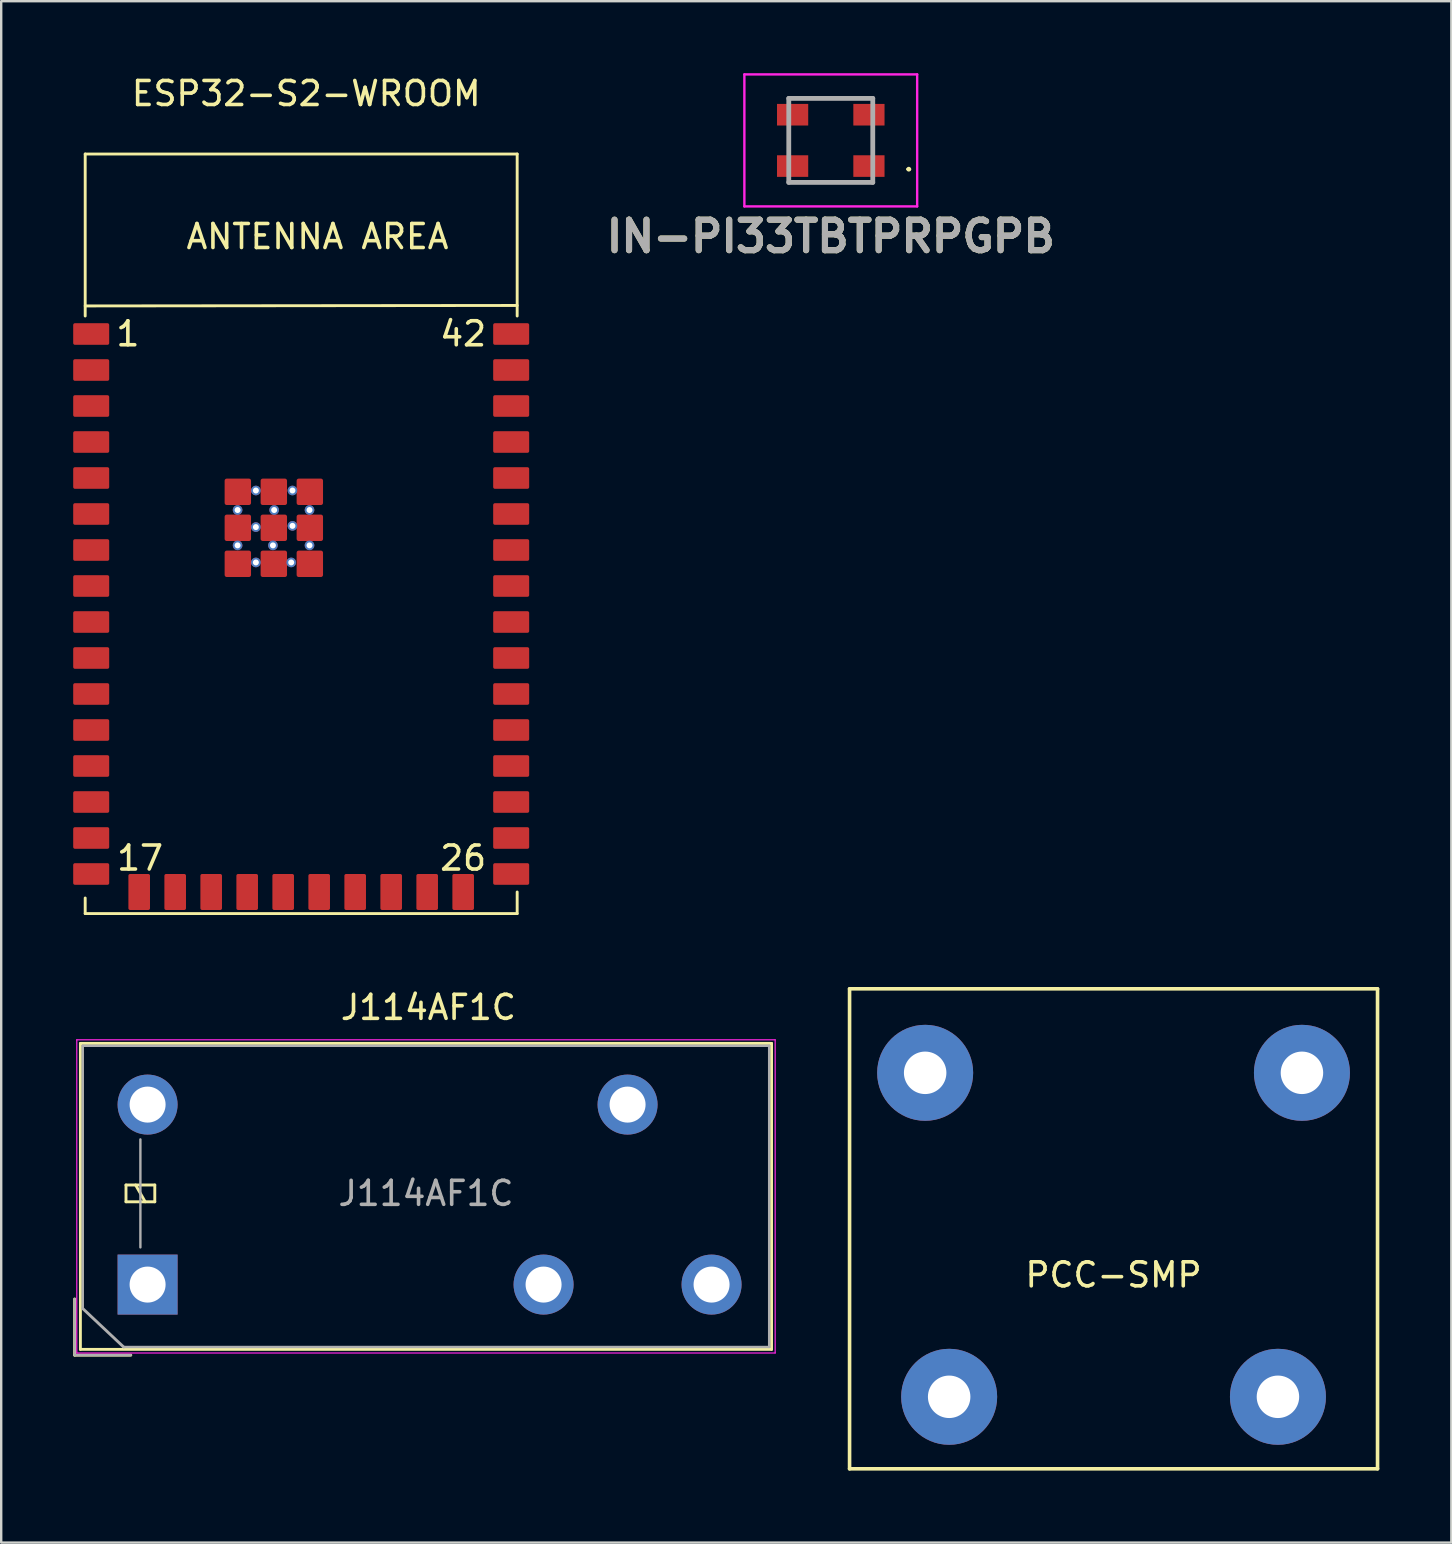
<source format=kicad_pcb>
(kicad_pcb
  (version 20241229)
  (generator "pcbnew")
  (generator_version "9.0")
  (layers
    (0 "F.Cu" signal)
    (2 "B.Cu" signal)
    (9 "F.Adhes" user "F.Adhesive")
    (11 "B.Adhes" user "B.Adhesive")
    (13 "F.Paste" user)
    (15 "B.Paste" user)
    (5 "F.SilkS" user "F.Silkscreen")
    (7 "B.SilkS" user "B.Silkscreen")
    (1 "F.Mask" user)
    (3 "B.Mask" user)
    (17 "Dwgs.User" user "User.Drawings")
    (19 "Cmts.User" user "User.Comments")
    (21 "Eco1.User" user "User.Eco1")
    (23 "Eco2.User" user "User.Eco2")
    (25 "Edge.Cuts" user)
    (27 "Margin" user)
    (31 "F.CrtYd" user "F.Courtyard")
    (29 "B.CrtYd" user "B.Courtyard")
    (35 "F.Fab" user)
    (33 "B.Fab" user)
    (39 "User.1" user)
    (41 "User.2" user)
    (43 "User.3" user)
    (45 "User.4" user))
  (footprint "PCC-SMP"
    (layer "F.Cu")
    (at 43.35 55.153)
    (property "Reference" "PCC-SMP" (at 0 -5.08 0) (layer "F.SilkS") (effects (font (size 1 1) (thickness 0.15))))
    (attr through_hole)
    (fp_line (start -11 -17) (end 11 -17) (stroke (width 0.15) (type solid)) (layer "F.SilkS"))
    (fp_line (start -11 3) (end -11 -17) (stroke (width 0.15) (type solid)) (layer "F.SilkS"))
    (fp_line (start 11 -17) (end 11 3) (stroke (width 0.15) (type solid)) (layer "F.SilkS"))
    (fp_line (start 11 3) (end -11 3) (stroke (width 0.15) (type solid)) (layer "F.SilkS"))
    (pad "1" thru_hole circle (at 6.85 0) (size 4 4) (drill 1.77) (layers "*.Cu" "*.Mask"))
    (pad "2" thru_hole circle (at -6.85 0) (size 4 4) (drill 1.77) (layers "*.Cu" "*.Mask"))
    (pad "3" thru_hole circle (at -7.85 -13.5) (size 4 4) (drill 1.77) (layers "*.Cu" "*.Mask"))
    (pad "3" thru_hole circle (at 7.85 -13.5) (size 4 4) (drill 1.77) (layers "*.Cu" "*.Mask")))
  (footprint "ESP32-S2-WROOM"
    (layer "F.Cu")
    (at 9.55 18.768)
    (property "Reference" "ESP32-S2-WROOM" (at 0.16 -17.92 0) (layer "F.SilkS") (effects (font (size 1 1) (thickness 0.15))))
    (attr through_hole)
    (fp_line (start -9.05 -15.4) (end -9.05 -8.65) (stroke (width 0.12) (type solid)) (layer "F.SilkS"))
    (fp_line (start -9.05 16.25) (end -9.05 15.6) (stroke (width 0.12) (type solid)) (layer "F.SilkS"))
    (fp_line (start -9.05 16.25) (end 8.95 16.25) (stroke (width 0.12) (type solid)) (layer "F.SilkS"))
    (fp_line (start 8.95 -15.4) (end -9.05 -15.4) (stroke (width 0.12) (type solid)) (layer "F.SilkS"))
    (fp_line (start 8.95 -9.09) (end -9.05 -9.07) (stroke (width 0.12) (type solid)) (layer "F.SilkS"))
    (fp_line (start 8.95 -8.65) (end 8.95 -15.4) (stroke (width 0.12) (type solid)) (layer "F.SilkS"))
    (fp_line (start 8.95 15.35) (end 8.95 16.25) (stroke (width 0.12) (type solid)) (layer "F.SilkS"))
    (fp_text user "42" (at 6.698 -7.907 0) (layer "F.SilkS") (effects (font (size 1 1) (thickness 0.15))))
    (fp_text user "ANTENNA AREA" (at 0.63 -11.96 0) (layer "F.SilkS") (effects (font (size 1 1) (thickness 0.15))))
    (fp_text user "17" (at -6.764 13.937 0) (layer "F.SilkS") (effects (font (size 1 1) (thickness 0.15))))
    (fp_text user "26" (at 6.698 13.937 0) (layer "F.SilkS") (effects (font (size 1 1) (thickness 0.15))))
    (fp_text user "1" (at -7.272 -7.907 0) (layer "F.SilkS") (effects (font (size 1 1) (thickness 0.15))))
    (pad "1" smd roundrect (at -8.8 -7.9) (size 1.5 0.9) (layers "F.Cu" "F.Mask" "F.Paste") (roundrect_rratio 0.079))
    (pad "2" smd roundrect (at -8.8 -6.4) (size 1.5 0.9) (layers "F.Cu" "F.Mask" "F.Paste") (roundrect_rratio 0.079))
    (pad "3" smd roundrect (at -8.8 -4.9) (size 1.5 0.9) (layers "F.Cu" "F.Mask" "F.Paste") (roundrect_rratio 0.079))
    (pad "4" smd roundrect (at -8.8 -3.4) (size 1.5 0.9) (layers "F.Cu" "F.Mask" "F.Paste") (roundrect_rratio 0.079))
    (pad "5" smd roundrect (at -8.8 -1.9) (size 1.5 0.9) (layers "F.Cu" "F.Mask" "F.Paste") (roundrect_rratio 0.079))
    (pad "6" smd roundrect (at -8.8 -0.4) (size 1.5 0.9) (layers "F.Cu" "F.Mask" "F.Paste") (roundrect_rratio 0.079))
    (pad "7" smd roundrect (at -8.8 1.1) (size 1.5 0.9) (layers "F.Cu" "F.Mask" "F.Paste") (roundrect_rratio 0.079))
    (pad "8" smd roundrect (at -8.8 2.6) (size 1.5 0.9) (layers "F.Cu" "F.Mask" "F.Paste") (roundrect_rratio 0.079))
    (pad "9" smd roundrect (at -8.8 4.1) (size 1.5 0.9) (layers "F.Cu" "F.Mask" "F.Paste") (roundrect_rratio 0.079))
    (pad "10" smd roundrect (at -8.8 5.6) (size 1.5 0.9) (layers "F.Cu" "F.Mask" "F.Paste") (roundrect_rratio 0.079))
    (pad "11" smd roundrect (at -8.8 7.1) (size 1.5 0.9) (layers "F.Cu" "F.Mask" "F.Paste") (roundrect_rratio 0.079))
    (pad "12" smd roundrect (at -8.8 8.6) (size 1.5 0.9) (layers "F.Cu" "F.Mask" "F.Paste") (roundrect_rratio 0.079))
    (pad "13" smd roundrect (at -8.8 10.1) (size 1.5 0.9) (layers "F.Cu" "F.Mask" "F.Paste") (roundrect_rratio 0.079))
    (pad "14" smd roundrect (at -8.8 11.6) (size 1.5 0.9) (layers "F.Cu" "F.Mask" "F.Paste") (roundrect_rratio 0.079))
    (pad "15" smd roundrect (at -8.8 13.1) (size 1.5 0.9) (layers "F.Cu" "F.Mask" "F.Paste") (roundrect_rratio 0.079))
    (pad "16" smd roundrect (at -8.8 14.6) (size 1.5 0.9) (layers "F.Cu" "F.Mask" "F.Paste") (roundrect_rratio 0.079))
    (pad "17" smd roundrect (at -6.8 15.35 90) (size 1.5 0.9) (layers "F.Cu" "F.Mask" "F.Paste") (roundrect_rratio 0.079))
    (pad "18" smd roundrect (at -5.3 15.35 90) (size 1.5 0.9) (layers "F.Cu" "F.Mask" "F.Paste") (roundrect_rratio 0.079))
    (pad "19" smd roundrect (at -3.8 15.35 90) (size 1.5 0.9) (layers "F.Cu" "F.Mask" "F.Paste") (roundrect_rratio 0.079))
    (pad "20" smd roundrect (at -2.3 15.35 90) (size 1.5 0.9) (layers "F.Cu" "F.Mask" "F.Paste") (roundrect_rratio 0.079))
    (pad "21" smd roundrect (at -0.8 15.35 90) (size 1.5 0.9) (layers "F.Cu" "F.Mask" "F.Paste") (roundrect_rratio 0.079))
    (pad "22" smd roundrect (at 0.7 15.35 90) (size 1.5 0.9) (layers "F.Cu" "F.Mask" "F.Paste") (roundrect_rratio 0.079))
    (pad "23" smd roundrect (at 2.2 15.35 90) (size 1.5 0.9) (layers "F.Cu" "F.Mask" "F.Paste") (roundrect_rratio 0.079))
    (pad "24" smd roundrect (at 3.7 15.35 90) (size 1.5 0.9) (layers "F.Cu" "F.Mask" "F.Paste") (roundrect_rratio 0.079))
    (pad "25" smd roundrect (at 5.2 15.35 90) (size 1.5 0.9) (layers "F.Cu" "F.Mask" "F.Paste") (roundrect_rratio 0.079))
    (pad "26" smd roundrect (at 6.7 15.35 90) (size 1.5 0.9) (layers "F.Cu" "F.Mask" "F.Paste") (roundrect_rratio 0.079))
    (pad "27" smd roundrect (at 8.7 14.6 180) (size 1.5 0.9) (layers "F.Cu" "F.Mask" "F.Paste") (roundrect_rratio 0.079))
    (pad "28" smd roundrect (at 8.7 13.1 180) (size 1.5 0.9) (layers "F.Cu" "F.Mask" "F.Paste") (roundrect_rratio 0.079))
    (pad "29" smd roundrect (at 8.7 11.6 180) (size 1.5 0.9) (layers "F.Cu" "F.Mask" "F.Paste") (roundrect_rratio 0.079))
    (pad "30" smd roundrect (at 8.7 10.1 180) (size 1.5 0.9) (layers "F.Cu" "F.Mask" "F.Paste") (roundrect_rratio 0.079))
    (pad "31" smd roundrect (at 8.7 8.6 180) (size 1.5 0.9) (layers "F.Cu" "F.Mask" "F.Paste") (roundrect_rratio 0.079))
    (pad "32" smd roundrect (at 8.7 7.1 180) (size 1.5 0.9) (layers "F.Cu" "F.Mask" "F.Paste") (roundrect_rratio 0.079))
    (pad "33" smd roundrect (at 8.7 5.6 180) (size 1.5 0.9) (layers "F.Cu" "F.Mask" "F.Paste") (roundrect_rratio 0.079))
    (pad "34" smd roundrect (at 8.7 4.1 180) (size 1.5 0.9) (layers "F.Cu" "F.Mask" "F.Paste") (roundrect_rratio 0.079))
    (pad "35" smd roundrect (at 8.7 2.6 180) (size 1.5 0.9) (layers "F.Cu" "F.Mask" "F.Paste") (roundrect_rratio 0.079))
    (pad "36" smd roundrect (at 8.7 1.1 180) (size 1.5 0.9) (layers "F.Cu" "F.Mask" "F.Paste") (roundrect_rratio 0.079))
    (pad "37" smd roundrect (at 8.7 -0.4 180) (size 1.5 0.9) (layers "F.Cu" "F.Mask" "F.Paste") (roundrect_rratio 0.079))
    (pad "38" smd roundrect (at 8.7 -1.9 180) (size 1.5 0.9) (layers "F.Cu" "F.Mask" "F.Paste") (roundrect_rratio 0.079))
    (pad "39" smd roundrect (at 8.7 -3.4 180) (size 1.5 0.9) (layers "F.Cu" "F.Mask" "F.Paste") (roundrect_rratio 0.079))
    (pad "40" smd roundrect (at 8.7 -4.9 180) (size 1.5 0.9) (layers "F.Cu" "F.Mask" "F.Paste") (roundrect_rratio 0.079))
    (pad "41" smd roundrect (at 8.7 -6.4 180) (size 1.5 0.9) (layers "F.Cu" "F.Mask" "F.Paste") (roundrect_rratio 0.079))
    (pad "42" smd roundrect (at 8.7 -7.9 180) (size 1.5 0.9) (layers "F.Cu" "F.Mask" "F.Paste") (roundrect_rratio 0.079))
    (pad "43" thru_hole circle (at -2.7 -0.566 180) (size 0.4 0.4) (drill oval 0.25) (layers "*.Cu" "*.Mask"))
    (pad "43" thru_hole circle (at -2.7 0.907 180) (size 0.4 0.4) (drill oval 0.25) (layers "*.Cu" "*.Mask"))
    (pad "43" smd roundrect (at -2.69 -1.325 180) (size 1.1 1.1) (layers "F.Cu" "F.Mask" "F.Paste") (roundrect_rratio 0.079))
    (pad "43" smd roundrect (at -2.69 0.175 180) (size 1.1 1.1) (layers "F.Cu" "F.Mask" "F.Paste") (roundrect_rratio 0.079))
    (pad "43" smd roundrect (at -2.69 1.675 180) (size 1.1 1.1) (layers "F.Cu" "F.Mask" "F.Paste") (roundrect_rratio 0.079))
    (pad "43" thru_hole circle (at -1.938 -1.379 180) (size 0.4 0.4) (drill oval 0.25) (layers "*.Cu" "*.Mask"))
    (pad "43" thru_hole circle (at -1.938 0.145 180) (size 0.4 0.4) (drill oval 0.25) (layers "*.Cu" "*.Mask"))
    (pad "43" thru_hole circle (at -1.938 1.618 180) (size 0.4 0.4) (drill oval 0.25) (layers "*.Cu" "*.Mask"))
    (pad "43" thru_hole circle (at -1.227 0.907 180) (size 0.4 0.4) (drill oval 0.25) (layers "*.Cu" "*.Mask"))
    (pad "43" smd roundrect (at -1.19 -1.325 180) (size 1.1 1.1) (layers "F.Cu" "F.Mask" "F.Paste") (roundrect_rratio 0.079))
    (pad "43" smd roundrect (at -1.19 0.175 180) (size 1.1 1.1) (layers "F.Cu" "F.Mask" "F.Paste") (roundrect_rratio 0.079))
    (pad "43" smd roundrect (at -1.19 1.675 180) (size 1.1 1.1) (layers "F.Cu" "F.Mask" "F.Paste") (roundrect_rratio 0.079))
    (pad "43" thru_hole circle (at -1.176 -0.566 180) (size 0.4 0.4) (drill oval 0.25) (layers "*.Cu" "*.Mask"))
    (pad "43" thru_hole circle (at -0.465 1.618 180) (size 0.4 0.4) (drill oval 0.25) (layers "*.Cu" "*.Mask"))
    (pad "43" thru_hole circle (at -0.414 -1.379 180) (size 0.4 0.4) (drill oval 0.25) (layers "*.Cu" "*.Mask"))
    (pad "43" thru_hole circle (at -0.414 0.094 180) (size 0.4 0.4) (drill oval 0.25) (layers "*.Cu" "*.Mask"))
    (pad "43" thru_hole circle (at 0.297 -0.566 180) (size 0.4 0.4) (drill oval 0.25) (layers "*.Cu" "*.Mask"))
    (pad "43" thru_hole circle (at 0.297 0.907 180) (size 0.4 0.4) (drill oval 0.25) (layers "*.Cu" "*.Mask"))
    (pad "43" smd roundrect (at 0.31 -1.325 180) (size 1.1 1.1) (layers "F.Cu" "F.Mask" "F.Paste") (roundrect_rratio 0.079))
    (pad "43" smd roundrect (at 0.31 0.175 180) (size 1.1 1.1) (layers "F.Cu" "F.Mask" "F.Paste") (roundrect_rratio 0.079))
    (pad "43" smd roundrect (at 0.31 1.675 180) (size 1.1 1.1) (layers "F.Cu" "F.Mask" "F.Paste") (roundrect_rratio 0.079)))
  (footprint "IN-PI33TBTPRPGPB"
    (layer "F.Cu")
    (at 31.567 2.8)
    (property "Reference" "IN-PI33TBTPRPGPB" (at 0 4 0) (layer "F.SilkS") (effects (font (size 1.27 1.27) (thickness 0.254))))
    (attr smd)
    (fp_line (start -0.8 -1.75) (end 0.8 -1.75) (stroke (width 0.1) (type solid)) (layer "F.SilkS"))
    (fp_line (start -0.8 1.75) (end 0.8 1.75) (stroke (width 0.1) (type solid)) (layer "F.SilkS"))
    (fp_line (start 3.2 1.2) (end 3.2 1.2) (stroke (width 0.1) (type solid)) (layer "F.SilkS"))
    (fp_line (start 3.3 1.2) (end 3.3 1.2) (stroke (width 0.1) (type solid)) (layer "F.SilkS"))
    (fp_arc (start 3.2 1.2) (mid 3.25 1.15) (end 3.3 1.2) (stroke (width 0.1) (type solid)) (layer "F.SilkS"))
    (fp_arc (start 3.3 1.2) (mid 3.25 1.25) (end 3.2 1.2) (stroke (width 0.1) (type solid)) (layer "F.SilkS"))
    (fp_line (start -3.6 -2.75) (end 3.6 -2.75) (stroke (width 0.1) (type solid)) (layer "F.CrtYd"))
    (fp_line (start -3.6 2.75) (end -3.6 -2.75) (stroke (width 0.1) (type solid)) (layer "F.CrtYd"))
    (fp_line (start 3.6 -2.75) (end 3.6 2.75) (stroke (width 0.1) (type solid)) (layer "F.CrtYd"))
    (fp_line (start 3.6 2.75) (end -3.6 2.75) (stroke (width 0.1) (type solid)) (layer "F.CrtYd"))
    (fp_line (start -1.75 -1.75) (end 1.75 -1.75) (stroke (width 0.2) (type solid)) (layer "F.Fab"))
    (fp_line (start -1.75 1.75) (end -1.75 -1.75) (stroke (width 0.2) (type solid)) (layer "F.Fab"))
    (fp_line (start 1.75 -1.75) (end 1.75 1.75) (stroke (width 0.2) (type solid)) (layer "F.Fab"))
    (fp_line (start 1.75 1.75) (end -1.75 1.75) (stroke (width 0.2) (type solid)) (layer "F.Fab"))
    (fp_text user "${REFERENCE}" (at 0 4 0) (layer "F.Fab") (effects (font (size 1.27 1.27) (thickness 0.254))))
    (pad "1" smd rect (at 1.59 1.07 90) (size 0.9 1.3) (layers "F.Cu" "F.Mask" "F.Paste"))
    (pad "2" smd rect (at 1.59 -1.07 90) (size 0.9 1.3) (layers "F.Cu" "F.Mask" "F.Paste"))
    (pad "3" smd rect (at -1.59 -1.07 90) (size 0.9 1.3) (layers "F.Cu" "F.Mask" "F.Paste"))
    (pad "4" smd rect (at -1.59 1.07 90) (size 0.9 1.3) (layers "F.Cu" "F.Mask" "F.Paste")))
  (footprint "J114AF1C"
    (layer "F.Cu")
    (at 3.1 50.477)
    (property "Reference" "J114AF1C" (at 11.7 -11.55 180) (layer "F.SilkS") (effects (font (size 1 1) (thickness 0.15))))
    (attr through_hole)
    (fp_line (start -3.04 2.94) (end -3.04 0.6) (stroke (width 0.12) (type solid)) (layer "F.SilkS"))
    (fp_line (start -2.8 -10.05) (end -2.8 2.7) (stroke (width 0.12) (type solid)) (layer "F.SilkS"))
    (fp_line (start -2.8 2.7) (end 26 2.7) (stroke (width 0.12) (type solid)) (layer "F.SilkS"))
    (fp_line (start -0.9 -4.15) (end -0.9 -3.45) (stroke (width 0.12) (type solid)) (layer "F.SilkS"))
    (fp_line (start -0.9 -3.45) (end 0.3 -3.45) (stroke (width 0.12) (type solid)) (layer "F.SilkS"))
    (fp_line (start -0.7 2.94) (end -3.04 2.94) (stroke (width 0.12) (type solid)) (layer "F.SilkS"))
    (fp_line (start -0.1 -3.45) (end -0.5 -4.15) (stroke (width 0.12) (type solid)) (layer "F.SilkS"))
    (fp_line (start 0.3 -4.15) (end -0.9 -4.15) (stroke (width 0.12) (type solid)) (layer "F.SilkS"))
    (fp_line (start 0.3 -3.45) (end 0.3 -4.15) (stroke (width 0.12) (type solid)) (layer "F.SilkS"))
    (fp_line (start 26 -10.05) (end -2.8 -10.05) (stroke (width 0.12) (type solid)) (layer "F.SilkS"))
    (fp_line (start 26 2.7) (end 26 -10.05) (stroke (width 0.12) (type solid)) (layer "F.SilkS"))
    (fp_line (start -2.95 -10.2) (end -2.95 2.85) (stroke (width 0.05) (type solid)) (layer "F.CrtYd"))
    (fp_line (start -2.95 2.85) (end 26.15 2.85) (stroke (width 0.05) (type solid)) (layer "F.CrtYd"))
    (fp_line (start 26.15 -10.2) (end -2.95 -10.2) (stroke (width 0.05) (type solid)) (layer "F.CrtYd"))
    (fp_line (start 26.15 2.85) (end 26.15 -10.2) (stroke (width 0.05) (type solid)) (layer "F.CrtYd"))
    (fp_line (start -3.04 2.94) (end -3.04 0.6) (stroke (width 0.1) (type solid)) (layer "F.Fab"))
    (fp_line (start -2.7 -9.95) (end -2.7 1) (stroke (width 0.1) (type solid)) (layer "F.Fab"))
    (fp_line (start -1 2.6) (end -2.7 1) (stroke (width 0.12) (type solid)) (layer "F.Fab"))
    (fp_line (start -1 2.6) (end 25.9 2.6) (stroke (width 0.1) (type solid)) (layer "F.Fab"))
    (fp_line (start -0.7 2.94) (end -3.04 2.94) (stroke (width 0.1) (type solid)) (layer "F.Fab"))
    (fp_line (start -0.3 -1.55) (end -0.3 -6.05) (stroke (width 0.1) (type solid)) (layer "F.Fab"))
    (fp_line (start 25.9 -9.95) (end -2.7 -9.95) (stroke (width 0.1) (type solid)) (layer "F.Fab"))
    (fp_line (start 25.9 2.6) (end 25.9 -9.95) (stroke (width 0.1) (type solid)) (layer "F.Fab"))
    (fp_text user "${REFERENCE}" (at 11.6 -3.8 180) (layer "F.Fab") (effects (font (size 1 1) (thickness 0.15))))
    (pad "11" thru_hole oval (at 20 -7.5 90) (size 2.5 2.5) (drill 1.5) (layers "*.Cu" "*.Mask"))
    (pad "12" thru_hole oval (at 16.5 0 90) (size 2.5 2.5) (drill 1.5) (layers "*.Cu" "*.Mask"))
    (pad "14" thru_hole oval (at 23.5 0 90) (size 2.5 2.5) (drill 1.5) (layers "*.Cu" "*.Mask"))
    (pad "A1" thru_hole rect (at 0 0 90) (size 2.5 2.5) (drill 1.5) (layers "*.Cu" "*.Mask"))
    (pad "A2" thru_hole oval (at 0 -7.5 90) (size 2.5 2.5) (drill 1.5) (layers "*.Cu" "*.Mask")))
  (gr_rect
    (start -3 -3)
    (end 57.425 61.228)
    (stroke (width 0.1) (type default))
    (fill no)
    (layer "Edge.Cuts")))
</source>
